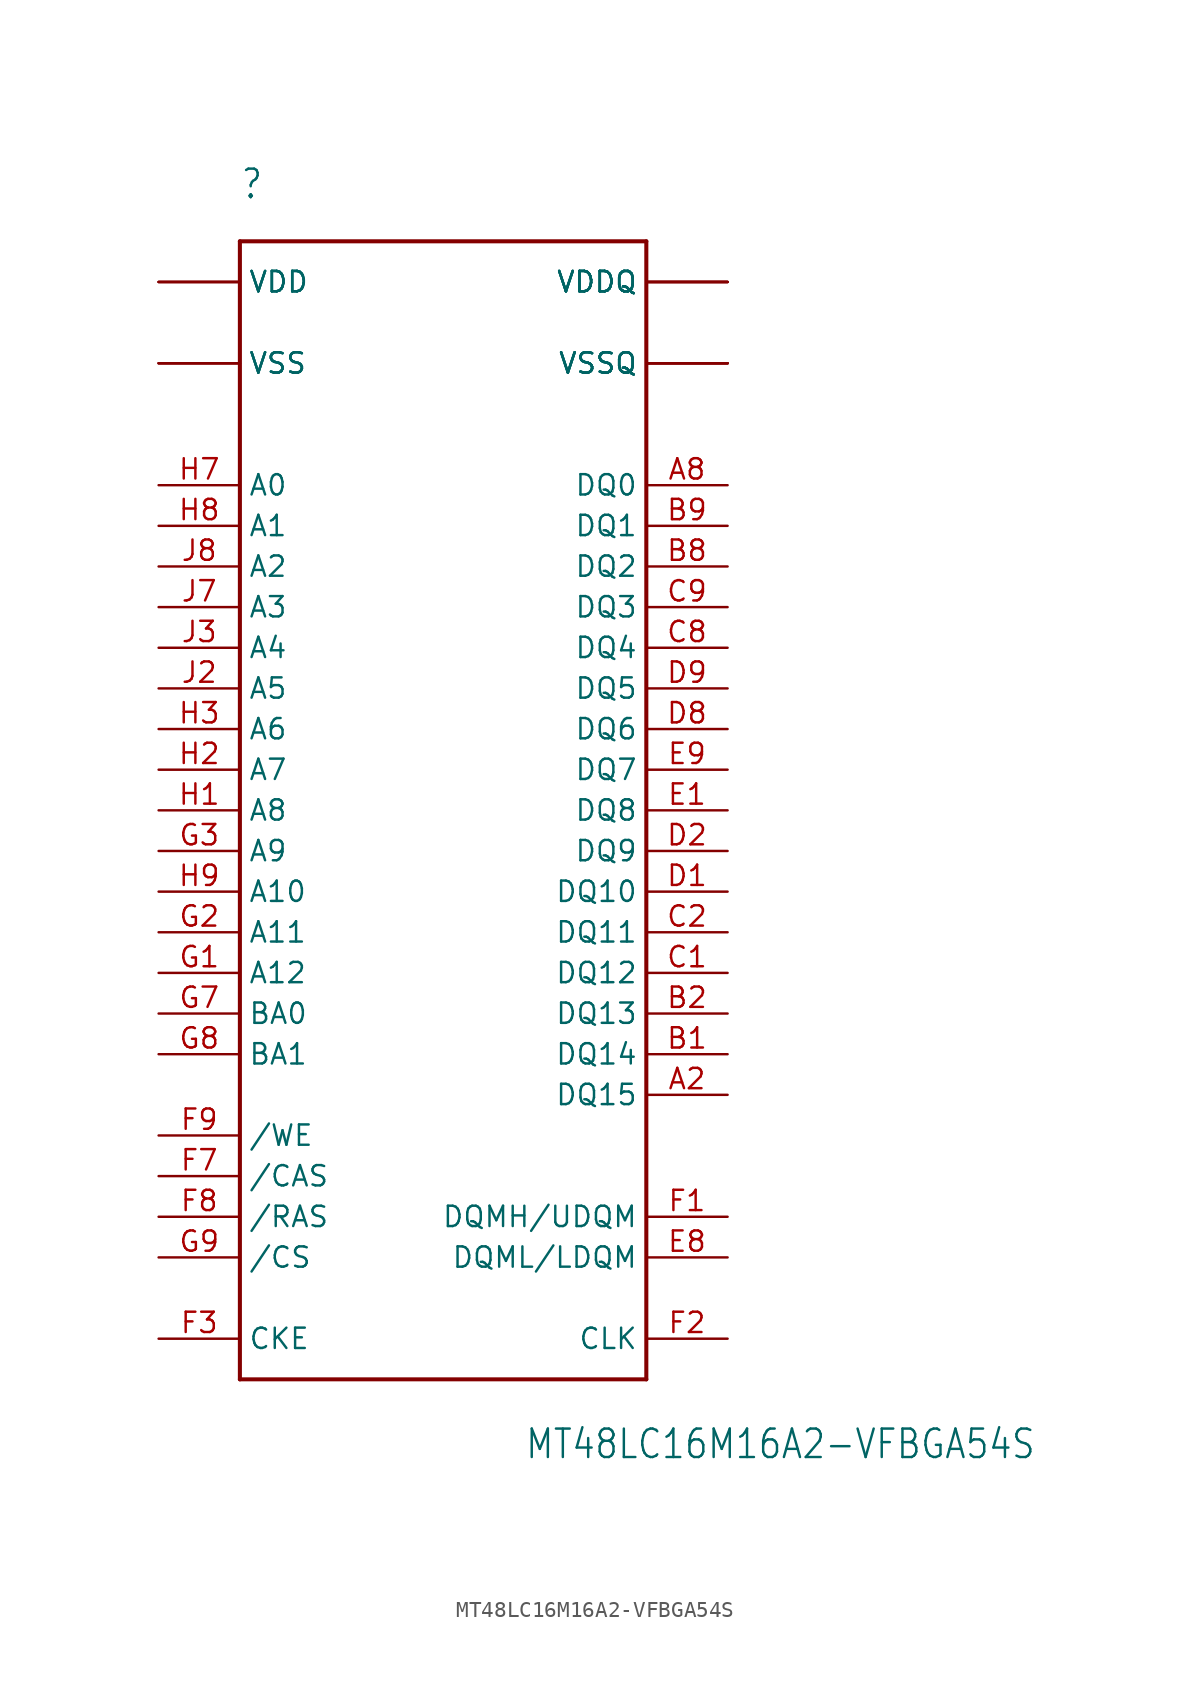
<source format=kicad_sym>
(kicad_symbol_lib
  (version 20211014)
  (generator kicad_symbol_editor)
  (symbol "MT48LC16M16A2-VFBGA54S"
    (property "Reference" ""
      (at -30.48 40.64 0)
      (effects (font (size 1.778 1.511)) (justify left bottom)))
    (property "Value" "MT48LC16M16A2-VFBGA54S"
      (at -12.7 -38.1 0)
      (effects (font (size 1.778 1.511)) (justify left bottom)))
    (property "ki_locked" ""
      (at 0 0 0)
      (effects (font (size 1.27 1.27))))
    (symbol "MT48LC16M16A2-VFBGA54S_1_0"
      (polyline (pts (xy -30.48 -33.02) (xy -30.48 38.1)) (stroke (width 0.254) (type default) (color 0 0 0 0)) (fill (type none)))
      (polyline (pts (xy -30.48 38.1) (xy -5.08 38.1)) (stroke (width 0.254) (type default) (color 0 0 0 0)) (fill (type none)))
      (polyline (pts (xy -5.08 -33.02) (xy -30.48 -33.02)) (stroke (width 0.254) (type default) (color 0 0 0 0)) (fill (type none)))
      (polyline (pts (xy -5.08 38.1) (xy -5.08 -33.02)) (stroke (width 0.254) (type default) (color 0 0 0 0)) (fill (type none)))
      (pin power_in line (at -35.56 30.48 0) (length 5.08) (name "VSS" (effects (font (size 1.27 1.27)))) (number "A1" (effects (font (size 0 0)))))
      (pin bidirectional line (at 0 -15.24 180) (length 5.08) (name "DQ15" (effects (font (size 1.27 1.27)))) (number "A2" (effects (font (size 1.27 1.27)))))
      (pin power_in line (at 0 30.48 180) (length 5.08) (name "VSSQ" (effects (font (size 1.27 1.27)))) (number "A3" (effects (font (size 0 0)))))
      (pin power_in line (at 0 35.56 180) (length 5.08) (name "VDDQ" (effects (font (size 1.27 1.27)))) (number "A7" (effects (font (size 0 0)))))
      (pin bidirectional line (at 0 22.86 180) (length 5.08) (name "DQ0" (effects (font (size 1.27 1.27)))) (number "A8" (effects (font (size 1.27 1.27)))))
      (pin power_in line (at -35.56 35.56 0) (length 5.08) (name "VDD" (effects (font (size 1.27 1.27)))) (number "A9" (effects (font (size 0 0)))))
      (pin bidirectional line (at 0 -12.7 180) (length 5.08) (name "DQ14" (effects (font (size 1.27 1.27)))) (number "B1" (effects (font (size 1.27 1.27)))))
      (pin bidirectional line (at 0 -10.16 180) (length 5.08) (name "DQ13" (effects (font (size 1.27 1.27)))) (number "B2" (effects (font (size 1.27 1.27)))))
      (pin power_in line (at 0 35.56 180) (length 5.08) (name "VDDQ" (effects (font (size 1.27 1.27)))) (number "B3" (effects (font (size 0 0)))))
      (pin power_in line (at 0 30.48 180) (length 5.08) (name "VSSQ" (effects (font (size 1.27 1.27)))) (number "B7" (effects (font (size 0 0)))))
      (pin bidirectional line (at 0 17.78 180) (length 5.08) (name "DQ2" (effects (font (size 1.27 1.27)))) (number "B8" (effects (font (size 1.27 1.27)))))
      (pin bidirectional line (at 0 20.32 180) (length 5.08) (name "DQ1" (effects (font (size 1.27 1.27)))) (number "B9" (effects (font (size 1.27 1.27)))))
      (pin bidirectional line (at 0 -7.62 180) (length 5.08) (name "DQ12" (effects (font (size 1.27 1.27)))) (number "C1" (effects (font (size 1.27 1.27)))))
      (pin bidirectional line (at 0 -5.08 180) (length 5.08) (name "DQ11" (effects (font (size 1.27 1.27)))) (number "C2" (effects (font (size 1.27 1.27)))))
      (pin power_in line (at 0 30.48 180) (length 5.08) (name "VSSQ" (effects (font (size 1.27 1.27)))) (number "C3" (effects (font (size 0 0)))))
      (pin power_in line (at 0 35.56 180) (length 5.08) (name "VDDQ" (effects (font (size 1.27 1.27)))) (number "C7" (effects (font (size 0 0)))))
      (pin bidirectional line (at 0 12.7 180) (length 5.08) (name "DQ4" (effects (font (size 1.27 1.27)))) (number "C8" (effects (font (size 1.27 1.27)))))
      (pin bidirectional line (at 0 15.24 180) (length 5.08) (name "DQ3" (effects (font (size 1.27 1.27)))) (number "C9" (effects (font (size 1.27 1.27)))))
      (pin bidirectional line (at 0 -2.54 180) (length 5.08) (name "DQ10" (effects (font (size 1.27 1.27)))) (number "D1" (effects (font (size 1.27 1.27)))))
      (pin bidirectional line (at 0 0 180) (length 5.08) (name "DQ9" (effects (font (size 1.27 1.27)))) (number "D2" (effects (font (size 1.27 1.27)))))
      (pin power_in line (at 0 35.56 180) (length 5.08) (name "VDDQ" (effects (font (size 1.27 1.27)))) (number "D3" (effects (font (size 0 0)))))
      (pin power_in line (at 0 30.48 180) (length 5.08) (name "VSSQ" (effects (font (size 1.27 1.27)))) (number "D7" (effects (font (size 0 0)))))
      (pin bidirectional line (at 0 7.62 180) (length 5.08) (name "DQ6" (effects (font (size 1.27 1.27)))) (number "D8" (effects (font (size 1.27 1.27)))))
      (pin bidirectional line (at 0 10.16 180) (length 5.08) (name "DQ5" (effects (font (size 1.27 1.27)))) (number "D9" (effects (font (size 1.27 1.27)))))
      (pin bidirectional line (at 0 2.54 180) (length 5.08) (name "DQ8" (effects (font (size 1.27 1.27)))) (number "E1" (effects (font (size 1.27 1.27)))))
      (pin power_in line (at -35.56 30.48 0) (length 5.08) (name "VSS" (effects (font (size 1.27 1.27)))) (number "E3" (effects (font (size 0 0)))))
      (pin power_in line (at -35.56 35.56 0) (length 5.08) (name "VDD" (effects (font (size 1.27 1.27)))) (number "E7" (effects (font (size 0 0)))))
      (pin input line (at 0 -25.4 180) (length 5.08) (name "DQML/LDQM" (effects (font (size 1.27 1.27)))) (number "E8" (effects (font (size 1.27 1.27)))))
      (pin bidirectional line (at 0 5.08 180) (length 5.08) (name "DQ7" (effects (font (size 1.27 1.27)))) (number "E9" (effects (font (size 1.27 1.27)))))
      (pin input line (at 0 -22.86 180) (length 5.08) (name "DQMH/UDQM" (effects (font (size 1.27 1.27)))) (number "F1" (effects (font (size 1.27 1.27)))))
      (pin input line (at 0 -30.48 180) (length 5.08) (name "CLK" (effects (font (size 1.27 1.27)))) (number "F2" (effects (font (size 1.27 1.27)))))
      (pin input line (at -35.56 -30.48 0) (length 5.08) (name "CKE" (effects (font (size 1.27 1.27)))) (number "F3" (effects (font (size 1.27 1.27)))))
      (pin input line (at -35.56 -20.32 0) (length 5.08) (name "/CAS" (effects (font (size 1.27 1.27)))) (number "F7" (effects (font (size 1.27 1.27)))))
      (pin input line (at -35.56 -22.86 0) (length 5.08) (name "/RAS" (effects (font (size 1.27 1.27)))) (number "F8" (effects (font (size 1.27 1.27)))))
      (pin input line (at -35.56 -17.78 0) (length 5.08) (name "/WE" (effects (font (size 1.27 1.27)))) (number "F9" (effects (font (size 1.27 1.27)))))
      (pin input line (at -35.56 -7.62 0) (length 5.08) (name "A12" (effects (font (size 1.27 1.27)))) (number "G1" (effects (font (size 1.27 1.27)))))
      (pin input line (at -35.56 -5.08 0) (length 5.08) (name "A11" (effects (font (size 1.27 1.27)))) (number "G2" (effects (font (size 1.27 1.27)))))
      (pin input line (at -35.56 0 0) (length 5.08) (name "A9" (effects (font (size 1.27 1.27)))) (number "G3" (effects (font (size 1.27 1.27)))))
      (pin input line (at -35.56 -10.16 0) (length 5.08) (name "BA0" (effects (font (size 1.27 1.27)))) (number "G7" (effects (font (size 1.27 1.27)))))
      (pin input line (at -35.56 -12.7 0) (length 5.08) (name "BA1" (effects (font (size 1.27 1.27)))) (number "G8" (effects (font (size 1.27 1.27)))))
      (pin input line (at -35.56 -25.4 0) (length 5.08) (name "/CS" (effects (font (size 1.27 1.27)))) (number "G9" (effects (font (size 1.27 1.27)))))
      (pin input line (at -35.56 2.54 0) (length 5.08) (name "A8" (effects (font (size 1.27 1.27)))) (number "H1" (effects (font (size 1.27 1.27)))))
      (pin input line (at -35.56 5.08 0) (length 5.08) (name "A7" (effects (font (size 1.27 1.27)))) (number "H2" (effects (font (size 1.27 1.27)))))
      (pin input line (at -35.56 7.62 0) (length 5.08) (name "A6" (effects (font (size 1.27 1.27)))) (number "H3" (effects (font (size 1.27 1.27)))))
      (pin input line (at -35.56 22.86 0) (length 5.08) (name "A0" (effects (font (size 1.27 1.27)))) (number "H7" (effects (font (size 1.27 1.27)))))
      (pin input line (at -35.56 20.32 0) (length 5.08) (name "A1" (effects (font (size 1.27 1.27)))) (number "H8" (effects (font (size 1.27 1.27)))))
      (pin input line (at -35.56 -2.54 0) (length 5.08) (name "A10" (effects (font (size 1.27 1.27)))) (number "H9" (effects (font (size 1.27 1.27)))))
      (pin power_in line (at -35.56 30.48 0) (length 5.08) (name "VSS" (effects (font (size 1.27 1.27)))) (number "J1" (effects (font (size 0 0)))))
      (pin input line (at -35.56 10.16 0) (length 5.08) (name "A5" (effects (font (size 1.27 1.27)))) (number "J2" (effects (font (size 1.27 1.27)))))
      (pin input line (at -35.56 12.7 0) (length 5.08) (name "A4" (effects (font (size 1.27 1.27)))) (number "J3" (effects (font (size 1.27 1.27)))))
      (pin input line (at -35.56 15.24 0) (length 5.08) (name "A3" (effects (font (size 1.27 1.27)))) (number "J7" (effects (font (size 1.27 1.27)))))
      (pin input line (at -35.56 17.78 0) (length 5.08) (name "A2" (effects (font (size 1.27 1.27)))) (number "J8" (effects (font (size 1.27 1.27)))))
      (pin power_in line (at -35.56 35.56 0) (length 5.08) (name "VDD" (effects (font (size 1.27 1.27)))) (number "J9" (effects (font (size 0 0))))))))
</source>
